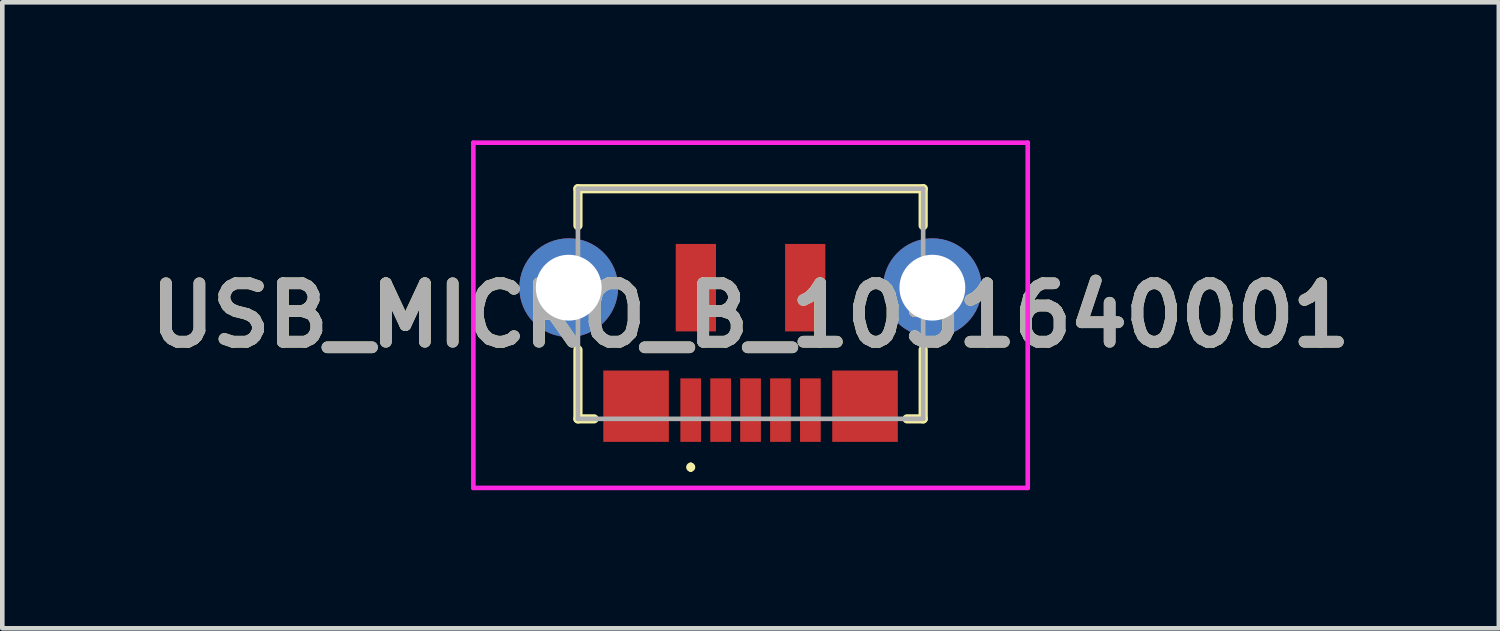
<source format=kicad_pcb>
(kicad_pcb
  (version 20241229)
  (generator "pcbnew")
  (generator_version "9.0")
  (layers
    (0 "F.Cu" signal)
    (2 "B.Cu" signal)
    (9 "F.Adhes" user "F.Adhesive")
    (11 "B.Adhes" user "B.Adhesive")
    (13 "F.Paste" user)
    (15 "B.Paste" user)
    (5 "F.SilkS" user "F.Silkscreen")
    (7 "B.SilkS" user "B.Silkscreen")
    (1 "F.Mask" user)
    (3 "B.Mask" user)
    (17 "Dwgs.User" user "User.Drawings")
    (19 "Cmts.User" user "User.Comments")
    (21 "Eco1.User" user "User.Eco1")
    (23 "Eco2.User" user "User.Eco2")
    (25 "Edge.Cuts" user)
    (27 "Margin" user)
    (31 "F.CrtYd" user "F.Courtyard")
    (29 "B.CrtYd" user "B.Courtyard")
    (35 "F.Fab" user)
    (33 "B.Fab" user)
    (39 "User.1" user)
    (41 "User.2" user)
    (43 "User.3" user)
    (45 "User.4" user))
  (footprint "USB_MICRO_B_1051640001"
    (layer "F.Cu")
    (at 13.231 3.45)
    (property "Reference" "USB_MICRO_B_1051640001" (at 0.025 0.35 0) (layer "F.SilkS") (effects (font (size 1.27 1.27) (thickness 0.254))))
    (attr through_hole)
    (fp_line (start -3.725 -2.4) (end 3.775 -2.4) (stroke (width 0.2) (type solid)) (layer "F.SilkS"))
    (fp_line (start -3.725 -1.6) (end -3.725 -2.4) (stroke (width 0.2) (type solid)) (layer "F.SilkS"))
    (fp_line (start -3.725 2.6) (end -3.725 1.1) (stroke (width 0.2) (type solid)) (layer "F.SilkS"))
    (fp_line (start -3.375 2.6) (end -3.725 2.6) (stroke (width 0.2) (type solid)) (layer "F.SilkS"))
    (fp_line (start -1.275 3.6) (end -1.275 3.6) (stroke (width 0.1) (type solid)) (layer "F.SilkS"))
    (fp_line (start -1.275 3.7) (end -1.275 3.7) (stroke (width 0.1) (type solid)) (layer "F.SilkS"))
    (fp_line (start 3.775 -2.4) (end 3.775 -1.6) (stroke (width 0.2) (type solid)) (layer "F.SilkS"))
    (fp_line (start 3.775 1.1) (end 3.775 2.6) (stroke (width 0.2) (type solid)) (layer "F.SilkS"))
    (fp_line (start 3.775 2.6) (end 3.425 2.6) (stroke (width 0.2) (type solid)) (layer "F.SilkS"))
    (fp_arc (start -1.275 3.6) (mid -1.225 3.65) (end -1.275 3.7) (stroke (width 0.1) (type solid)) (layer "F.SilkS"))
    (fp_arc (start -1.275 3.7) (mid -1.325 3.65) (end -1.275 3.6) (stroke (width 0.1) (type solid)) (layer "F.SilkS"))
    (fp_line (start -5.997 -3.4) (end -5.997 4.1) (stroke (width 0.1) (type solid)) (layer "F.CrtYd"))
    (fp_line (start -5.997 4.1) (end 6.047 4.1) (stroke (width 0.1) (type solid)) (layer "F.CrtYd"))
    (fp_line (start 6.047 -3.4) (end -5.997 -3.4) (stroke (width 0.1) (type solid)) (layer "F.CrtYd"))
    (fp_line (start 6.047 4.1) (end 6.047 -3.4) (stroke (width 0.1) (type solid)) (layer "F.CrtYd"))
    (fp_line (start -3.725 -2.4) (end 3.775 -2.4) (stroke (width 0.1) (type solid)) (layer "F.Fab"))
    (fp_line (start -3.725 2.6) (end -3.725 -2.4) (stroke (width 0.1) (type solid)) (layer "F.Fab"))
    (fp_line (start 3.775 -2.4) (end 3.775 2.6) (stroke (width 0.1) (type solid)) (layer "F.Fab"))
    (fp_line (start 3.775 2.6) (end -3.725 2.6) (stroke (width 0.1) (type solid)) (layer "F.Fab"))
    (fp_text user "${REFERENCE}" (at 0.025 0.35 0) (layer "F.Fab") (effects (font (size 1.27 1.27) (thickness 0.254))))
    (pad "1" smd rect (at -1.275 2.41) (size 0.45 1.38) (layers "F.Cu" "F.Mask" "F.Paste"))
    (pad "2" smd rect (at -0.625 2.41) (size 0.45 1.38) (layers "F.Cu" "F.Mask" "F.Paste"))
    (pad "3" smd rect (at 0.025 2.41) (size 0.45 1.38) (layers "F.Cu" "F.Mask" "F.Paste"))
    (pad "4" smd rect (at 0.675 2.41) (size 0.45 1.38) (layers "F.Cu" "F.Mask" "F.Paste"))
    (pad "5" smd rect (at 1.325 2.41) (size 0.45 1.38) (layers "F.Cu" "F.Mask" "F.Paste"))
    (pad "MH1" thru_hole circle (at -3.925 -0.25) (size 2.145 2.145) (drill 1.43) (layers "*.Cu" "*.Mask"))
    (pad "MH2" thru_hole circle (at 3.975 -0.25) (size 2.145 2.145) (drill 1.43) (layers "*.Cu" "*.Mask"))
    (pad "MP1" smd rect (at -2.462 2.325) (size 1.425 1.55) (layers "F.Cu" "F.Mask" "F.Paste"))
    (pad "MP2" smd rect (at 2.512 2.325) (size 1.425 1.55) (layers "F.Cu" "F.Mask" "F.Paste"))
    (pad "MP3" smd rect (at -1.163 -0.25) (size 0.875 1.9) (layers "F.Cu" "F.Mask" "F.Paste"))
    (pad "MP4" smd rect (at 1.213 -0.25) (size 0.875 1.9) (layers "F.Cu" "F.Mask" "F.Paste")))
  (gr_rect
    (start -3 -3)
    (end 29.513 10.6)
    (stroke (width 0.1) (type default))
    (fill no)
    (layer "Edge.Cuts")))
</source>
